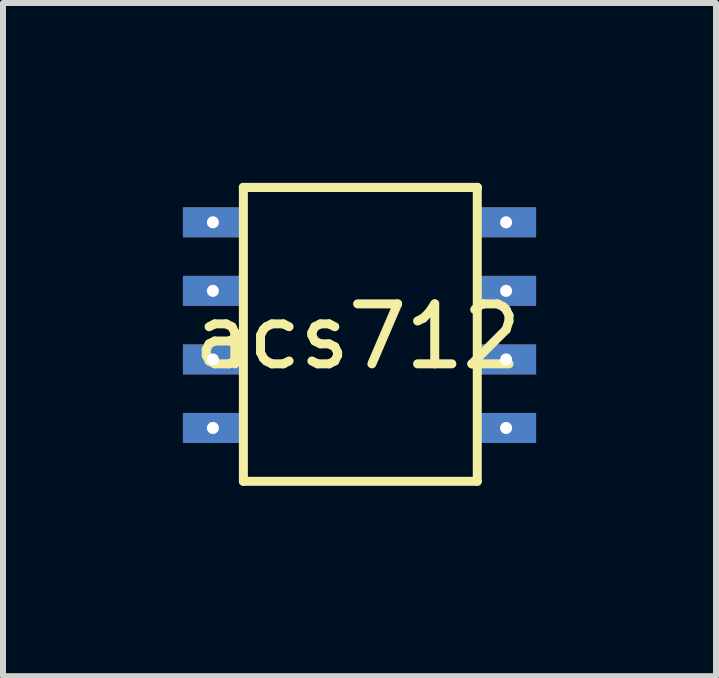
<source format=kicad_pcb>
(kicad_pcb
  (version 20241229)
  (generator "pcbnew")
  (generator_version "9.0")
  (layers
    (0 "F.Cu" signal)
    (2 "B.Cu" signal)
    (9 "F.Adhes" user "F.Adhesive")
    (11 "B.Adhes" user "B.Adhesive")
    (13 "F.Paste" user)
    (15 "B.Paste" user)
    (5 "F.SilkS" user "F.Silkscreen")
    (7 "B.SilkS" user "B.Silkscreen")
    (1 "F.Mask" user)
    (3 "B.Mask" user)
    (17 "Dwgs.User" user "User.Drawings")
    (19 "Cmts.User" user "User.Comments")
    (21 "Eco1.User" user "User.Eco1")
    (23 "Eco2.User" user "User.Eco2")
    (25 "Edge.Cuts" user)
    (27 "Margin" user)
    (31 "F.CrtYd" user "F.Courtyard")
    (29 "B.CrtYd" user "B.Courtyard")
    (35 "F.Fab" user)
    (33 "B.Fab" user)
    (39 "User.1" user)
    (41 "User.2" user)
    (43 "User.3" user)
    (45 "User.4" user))
  (footprint "acs712"
    (layer "F.Cu")
    (at 1.008 4.975)
    (property "Reference" "acs712" (at 1.905 -2.413 0) (layer "F.SilkS") (effects (font (size 1 1) (thickness 0.15))))
    (attr through_hole)
    (fp_line (start 0 -4.9) (end 0 0) (stroke (width 0.15) (type solid)) (layer "F.SilkS"))
    (fp_line (start 0 -4.9) (end 3.9 -4.9) (stroke (width 0.15) (type solid)) (layer "F.SilkS"))
    (fp_line (start 0 0) (end 3.9 0) (stroke (width 0.15) (type solid)) (layer "F.SilkS"))
    (fp_line (start 3.9 -4.9) (end 0 -4.9) (stroke (width 0.15) (type solid)) (layer "F.SilkS"))
    (fp_line (start 3.9 0) (end 3.9 -4.9) (stroke (width 0.15) (type solid)) (layer "F.SilkS"))
    (pad "1" thru_hole rect (at -0.508 -4.318) (size 1 0.5) (drill 0.2) (layers "*.Cu" "*.Mask"))
    (pad "2" thru_hole rect (at -0.508 -3.175) (size 1 0.5) (drill 0.2) (layers "*.Cu" "*.Mask"))
    (pad "3" thru_hole rect (at -0.508 -2.032) (size 1 0.5) (drill 0.2) (layers "*.Cu" "*.Mask"))
    (pad "4" thru_hole rect (at -0.508 -0.889) (size 1 0.5) (drill 0.2) (layers "*.Cu" "*.Mask"))
    (pad "5" thru_hole rect (at 4.381 -0.889) (size 1 0.5) (drill 0.2) (layers "*.Cu" "*.Mask"))
    (pad "6" thru_hole rect (at 4.381 -2.032) (size 1 0.5) (drill 0.2) (layers "*.Cu" "*.Mask"))
    (pad "7" thru_hole rect (at 4.381 -3.175) (size 1 0.5) (drill 0.2) (layers "*.Cu" "*.Mask"))
    (pad "8" thru_hole rect (at 4.381 -4.318) (size 1 0.5) (drill 0.2) (layers "*.Cu" "*.Mask")))
  (gr_rect
    (start -3 -3)
    (end 8.889 8.225)
    (stroke (width 0.1) (type default))
    (fill no)
    (layer "Edge.Cuts")))
</source>
